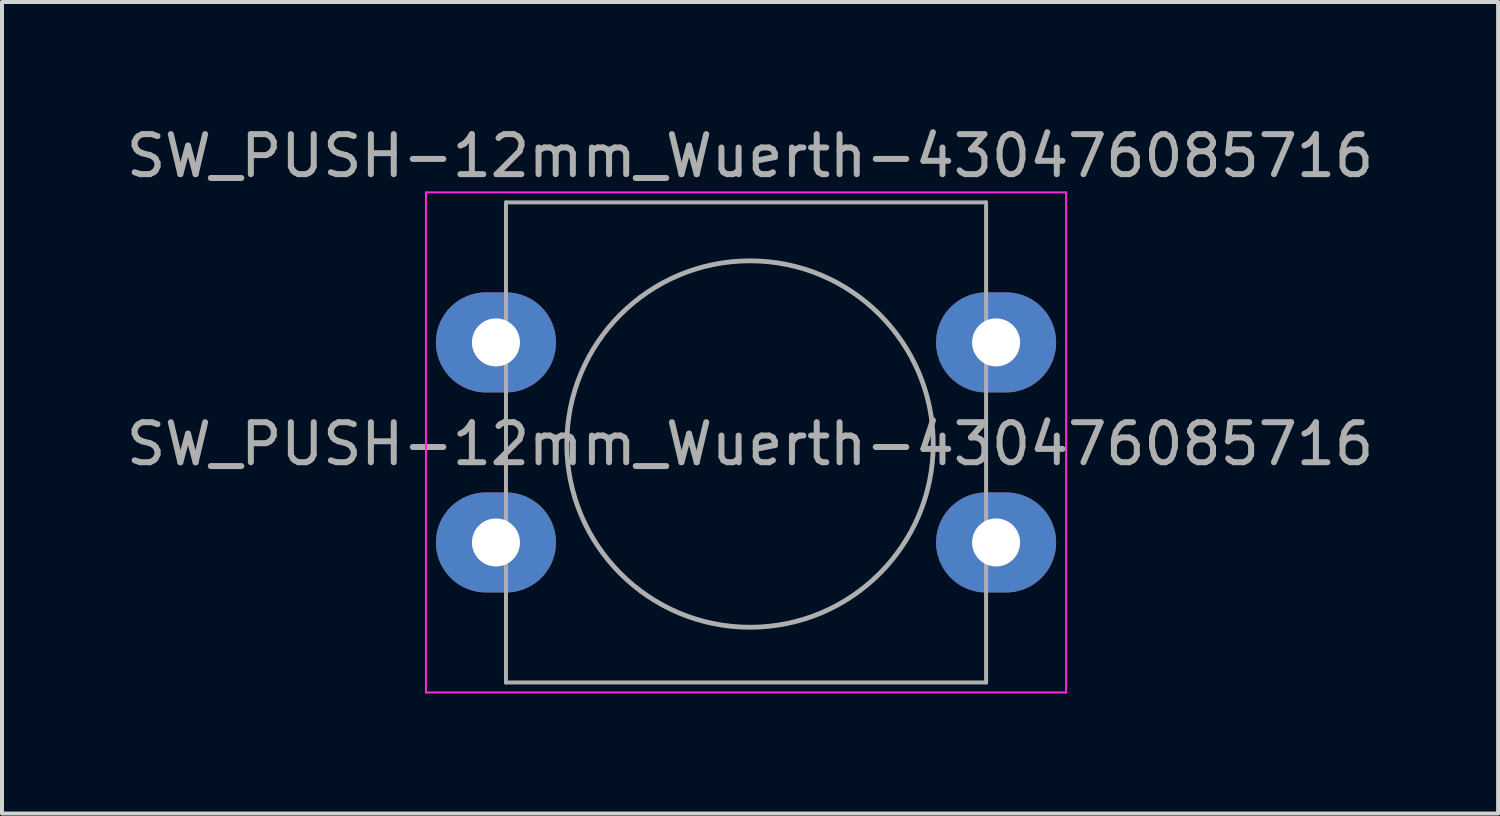
<source format=kicad_pcb>
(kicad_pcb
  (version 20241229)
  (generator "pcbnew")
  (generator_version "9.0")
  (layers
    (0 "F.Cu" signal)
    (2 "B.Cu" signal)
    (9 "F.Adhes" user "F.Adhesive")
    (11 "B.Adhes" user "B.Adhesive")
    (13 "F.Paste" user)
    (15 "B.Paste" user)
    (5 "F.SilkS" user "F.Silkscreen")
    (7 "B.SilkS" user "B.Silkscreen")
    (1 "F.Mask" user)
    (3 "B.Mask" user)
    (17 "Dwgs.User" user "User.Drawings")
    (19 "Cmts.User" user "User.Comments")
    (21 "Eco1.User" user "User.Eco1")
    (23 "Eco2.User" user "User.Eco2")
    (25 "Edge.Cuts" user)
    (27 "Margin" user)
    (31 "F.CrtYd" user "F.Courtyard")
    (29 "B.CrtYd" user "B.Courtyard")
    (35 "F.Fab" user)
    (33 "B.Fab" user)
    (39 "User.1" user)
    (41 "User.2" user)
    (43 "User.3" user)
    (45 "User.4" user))
  (footprint "SW_PUSH-12mm_Wuerth-430476085716"
    (layer "F.Cu")
    (at 9.346 5.508)
    (property "Reference" "SW_PUSH-12mm_Wuerth-430476085716" (at 6.35 -4.66 0) (layer "F.Fab") (effects (font (size 1 1) (thickness 0.15))))
    (attr through_hole)
    (fp_line (start -1.75 -3.75) (end -1.75 8.75) (stroke (width 0.05) (type solid)) (layer "F.CrtYd"))
    (fp_line (start -1.75 8.75) (end 14.25 8.75) (stroke (width 0.05) (type solid)) (layer "F.CrtYd"))
    (fp_line (start 14.25 -3.75) (end -1.75 -3.75) (stroke (width 0.05) (type solid)) (layer "F.CrtYd"))
    (fp_line (start 14.25 8.75) (end 14.25 -3.75) (stroke (width 0.05) (type solid)) (layer "F.CrtYd"))
    (fp_line (start 0.25 -3.5) (end 0.25 8.5) (stroke (width 0.1) (type solid)) (layer "F.Fab"))
    (fp_line (start 0.25 8.5) (end 12.25 8.5) (stroke (width 0.1) (type solid)) (layer "F.Fab"))
    (fp_line (start 12.25 -3.5) (end 0.25 -3.5) (stroke (width 0.1) (type solid)) (layer "F.Fab"))
    (fp_line (start 12.25 8.5) (end 12.25 -3.5) (stroke (width 0.1) (type solid)) (layer "F.Fab"))
    (fp_circle (center 6.35 2.54) (end 10.929 2.54) (stroke (width 0.12) (type solid)) (fill no) (layer "F.Fab"))
    (fp_text user "${REFERENCE}" (at 6.35 2.54 0) (layer "F.Fab") (effects (font (size 1 1) (thickness 0.15))))
    (pad "1" thru_hole oval (at 0 0) (size 3 2.5) (drill 1.2) (layers "*.Cu" "*.Mask"))
    (pad "1" thru_hole oval (at 12.5 0) (size 3 2.5) (drill 1.2) (layers "*.Cu" "*.Mask"))
    (pad "2" thru_hole oval (at 0 5) (size 3 2.5) (drill 1.2) (layers "*.Cu" "*.Mask"))
    (pad "2" thru_hole oval (at 12.5 5) (size 3 2.5) (drill 1.2) (layers "*.Cu" "*.Mask")))
  (gr_rect
    (start -3 -3)
    (end 34.393 17.283)
    (stroke (width 0.1) (type default))
    (fill no)
    (layer "Edge.Cuts")))
</source>
